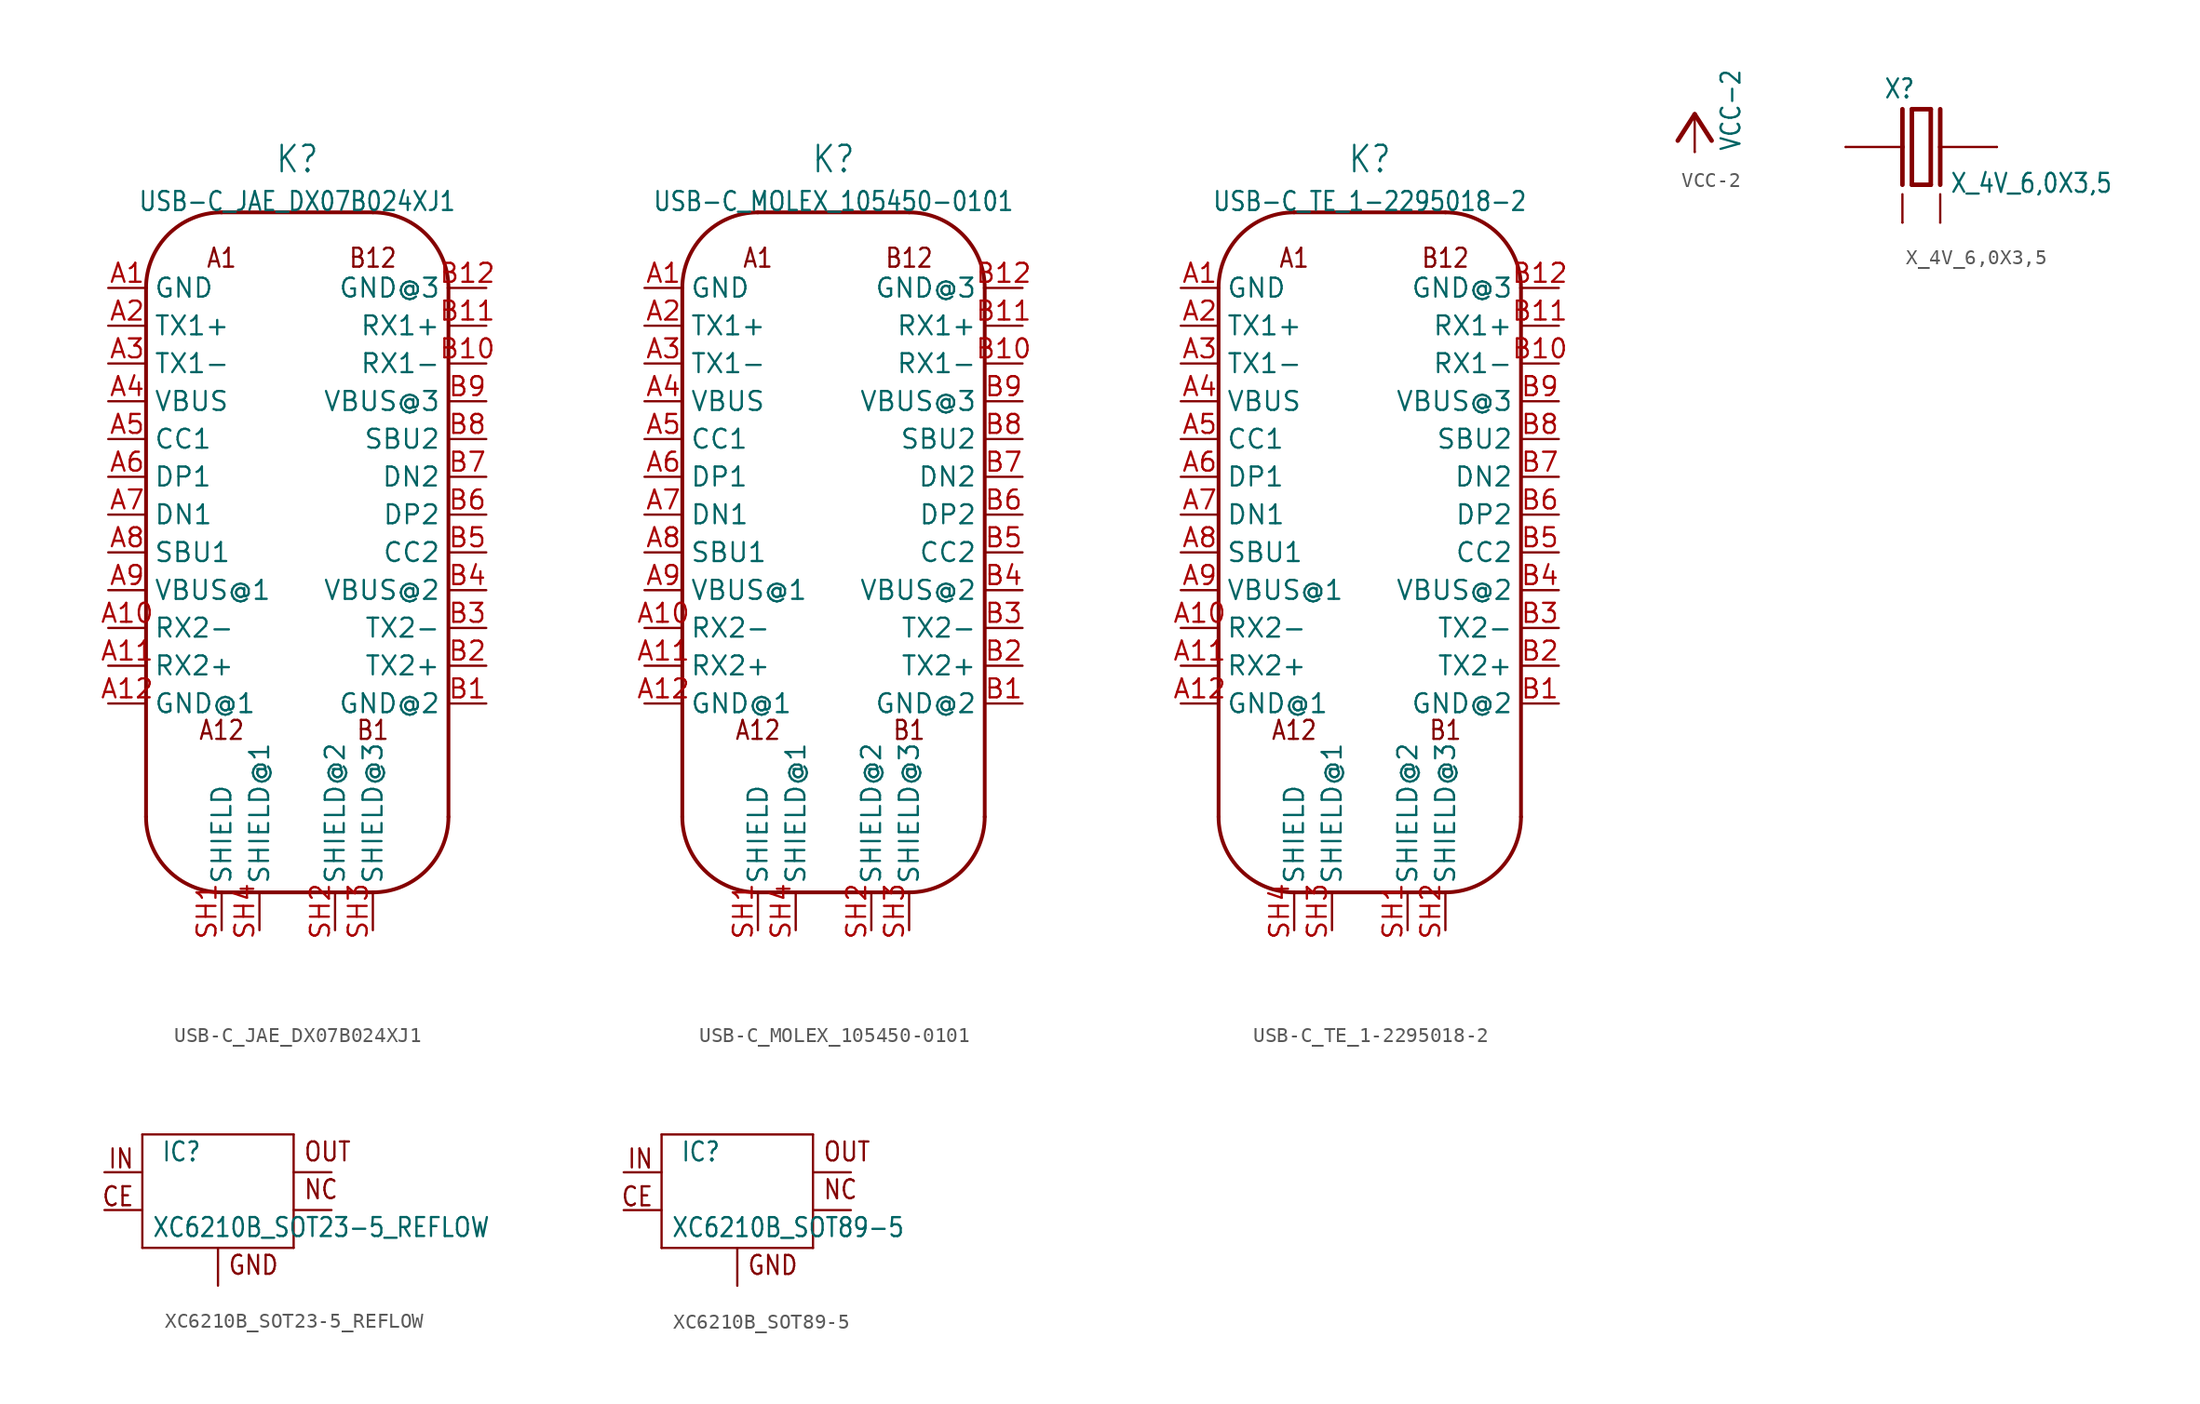
<source format=kicad_sym>
(kicad_symbol_lib
  (version 20201005)
  (generator kicad_symbol_editor)
  (symbol "USB-C_JAE_DX07B024XJ1"
    (property "Reference" "K"
      (at 0 20.32 0)
      (effects (font (size 1.778 1.511)) (justify bottom)))
    (property "Value" "USB-C_JAE_DX07B024XJ1"
      (at 0 17.78 0)
      (effects (font (size 1.27 1.079)) (justify bottom)))
    (property "ki_locked" ""
      (at 0 0 0)
      (effects (font (size 1.27 1.27))))
    (symbol "USB-C_JAE_DX07B024XJ1_1_0"
      (arc (start -5.08 17.78) (end -10.16 12.7) (radius (at -5.08 12.7) (length 5.08) (angles 90 180)) (stroke (width 0.254)) (fill (type none)))
      (arc (start 10.16 12.7) (end 5.08 17.78) (radius (at 5.08 12.7) (length 5.08) (angles 0 90)) (stroke (width 0.254)) (fill (type none)))
      (arc (start 5.08 -27.94) (end 10.16 -22.86) (radius (at 5.08 -22.86) (length 5.08) (angles -90 0)) (stroke (width 0.254)) (fill (type none)))
      (arc (start -10.16 -22.86) (end -5.08 -27.94) (radius (at -5.08 -22.86) (length 5.08) (angles 180 -90)) (stroke (width 0.254)) (fill (type none)))
      (text "A1" (at -5.08 13.97 0) (effects (font (size 1.27 1.079)) (justify bottom)))
      (text "A12" (at -5.08 -17.78 0) (effects (font (size 1.27 1.079)) (justify bottom)))
      (text "B1" (at 5.08 -17.78 0) (effects (font (size 1.27 1.079)) (justify bottom)))
      (text "B12" (at 5.08 13.97 0) (effects (font (size 1.27 1.079)) (justify bottom)))
      (polyline (pts (xy -5.08 -27.94) (xy 5.08 -27.94)) (stroke (width 0.254)) (fill (type none)))
      (polyline (pts (xy 10.16 -22.86) (xy 10.16 12.7)) (stroke (width 0.254)) (fill (type none)))
      (polyline (pts (xy 5.08 17.78) (xy -5.08 17.78)) (stroke (width 0.254)) (fill (type none)))
      (polyline (pts (xy -10.16 12.7) (xy -10.16 -22.86)) (stroke (width 0.254)) (fill (type none)))
      (pin passive line (at -12.7 12.7 0) (length 2.54) (name "GND" (effects (font (size 1.27 1.27)))) (number "A1" (effects (font (size 1.27 1.27)))))
      (pin passive line (at -12.7 10.16 0) (length 2.54) (name "TX1+" (effects (font (size 1.27 1.27)))) (number "A2" (effects (font (size 1.27 1.27)))))
      (pin passive line (at -12.7 7.62 0) (length 2.54) (name "TX1-" (effects (font (size 1.27 1.27)))) (number "A3" (effects (font (size 1.27 1.27)))))
      (pin passive line (at -12.7 5.08 0) (length 2.54) (name "VBUS" (effects (font (size 1.27 1.27)))) (number "A4" (effects (font (size 1.27 1.27)))))
      (pin passive line (at -12.7 2.54 0) (length 2.54) (name "CC1" (effects (font (size 1.27 1.27)))) (number "A5" (effects (font (size 1.27 1.27)))))
      (pin passive line (at -12.7 0 0) (length 2.54) (name "DP1" (effects (font (size 1.27 1.27)))) (number "A6" (effects (font (size 1.27 1.27)))))
      (pin passive line (at -12.7 -2.54 0) (length 2.54) (name "DN1" (effects (font (size 1.27 1.27)))) (number "A7" (effects (font (size 1.27 1.27)))))
      (pin passive line (at -12.7 -5.08 0) (length 2.54) (name "SBU1" (effects (font (size 1.27 1.27)))) (number "A8" (effects (font (size 1.27 1.27)))))
      (pin passive line (at -12.7 -7.62 0) (length 2.54) (name "VBUS@1" (effects (font (size 1.27 1.27)))) (number "A9" (effects (font (size 1.27 1.27)))))
      (pin passive line (at -12.7 -10.16 0) (length 2.54) (name "RX2-" (effects (font (size 1.27 1.27)))) (number "A10" (effects (font (size 1.27 1.27)))))
      (pin passive line (at -12.7 -12.7 0) (length 2.54) (name "RX2+" (effects (font (size 1.27 1.27)))) (number "A11" (effects (font (size 1.27 1.27)))))
      (pin passive line (at -12.7 -15.24 0) (length 2.54) (name "GND@1" (effects (font (size 1.27 1.27)))) (number "A12" (effects (font (size 1.27 1.27)))))
      (pin passive line (at 12.7 -15.24 180) (length 2.54) (name "GND@2" (effects (font (size 1.27 1.27)))) (number "B1" (effects (font (size 1.27 1.27)))))
      (pin passive line (at 12.7 -12.7 180) (length 2.54) (name "TX2+" (effects (font (size 1.27 1.27)))) (number "B2" (effects (font (size 1.27 1.27)))))
      (pin passive line (at 12.7 -10.16 180) (length 2.54) (name "TX2-" (effects (font (size 1.27 1.27)))) (number "B3" (effects (font (size 1.27 1.27)))))
      (pin passive line (at 12.7 -7.62 180) (length 2.54) (name "VBUS@2" (effects (font (size 1.27 1.27)))) (number "B4" (effects (font (size 1.27 1.27)))))
      (pin passive line (at 12.7 -5.08 180) (length 2.54) (name "CC2" (effects (font (size 1.27 1.27)))) (number "B5" (effects (font (size 1.27 1.27)))))
      (pin passive line (at 12.7 -2.54 180) (length 2.54) (name "DP2" (effects (font (size 1.27 1.27)))) (number "B6" (effects (font (size 1.27 1.27)))))
      (pin passive line (at 12.7 0 180) (length 2.54) (name "DN2" (effects (font (size 1.27 1.27)))) (number "B7" (effects (font (size 1.27 1.27)))))
      (pin passive line (at 12.7 2.54 180) (length 2.54) (name "SBU2" (effects (font (size 1.27 1.27)))) (number "B8" (effects (font (size 1.27 1.27)))))
      (pin passive line (at 12.7 5.08 180) (length 2.54) (name "VBUS@3" (effects (font (size 1.27 1.27)))) (number "B9" (effects (font (size 1.27 1.27)))))
      (pin passive line (at 12.7 7.62 180) (length 2.54) (name "RX1-" (effects (font (size 1.27 1.27)))) (number "B10" (effects (font (size 1.27 1.27)))))
      (pin passive line (at 12.7 10.16 180) (length 2.54) (name "RX1+" (effects (font (size 1.27 1.27)))) (number "B11" (effects (font (size 1.27 1.27)))))
      (pin passive line (at 12.7 12.7 180) (length 2.54) (name "GND@3" (effects (font (size 1.27 1.27)))) (number "B12" (effects (font (size 1.27 1.27)))))
      (pin passive line (at -2.54 -30.48 90) (length 2.54) (name "SHIELD@1" (effects (font (size 1.27 1.27)))) (number "SH4" (effects (font (size 1.27 1.27)))))
      (pin passive line (at -5.08 -30.48 90) (length 2.54) (name "SHIELD" (effects (font (size 1.27 1.27)))) (number "SH1" (effects (font (size 1.27 1.27)))))
      (pin passive line (at 2.54 -30.48 90) (length 2.54) (name "SHIELD@2" (effects (font (size 1.27 1.27)))) (number "SH2" (effects (font (size 1.27 1.27)))))
      (pin passive line (at 5.08 -30.48 90) (length 2.54) (name "SHIELD@3" (effects (font (size 1.27 1.27)))) (number "SH3" (effects (font (size 1.27 1.27)))))))
  (symbol "USB-C_MOLEX_105450-0101"
    (property "Reference" "K"
      (at 0 20.32 0)
      (effects (font (size 1.778 1.511)) (justify bottom)))
    (property "Value" "USB-C_MOLEX_105450-0101"
      (at 0 17.78 0)
      (effects (font (size 1.27 1.079)) (justify bottom)))
    (property "ki_locked" ""
      (at 0 0 0)
      (effects (font (size 1.27 1.27))))
    (symbol "USB-C_MOLEX_105450-0101_1_0"
      (arc (start -5.08 17.78) (end -10.16 12.7) (radius (at -5.08 12.7) (length 5.08) (angles 90 180)) (stroke (width 0.254)) (fill (type none)))
      (arc (start 10.16 12.7) (end 5.08 17.78) (radius (at 5.08 12.7) (length 5.08) (angles 0 90)) (stroke (width 0.254)) (fill (type none)))
      (arc (start 5.08 -27.94) (end 10.16 -22.86) (radius (at 5.08 -22.86) (length 5.08) (angles -90 0)) (stroke (width 0.254)) (fill (type none)))
      (arc (start -10.16 -22.86) (end -5.08 -27.94) (radius (at -5.08 -22.86) (length 5.08) (angles 180 -90)) (stroke (width 0.254)) (fill (type none)))
      (text "A1" (at -5.08 13.97 0) (effects (font (size 1.27 1.079)) (justify bottom)))
      (text "A12" (at -5.08 -17.78 0) (effects (font (size 1.27 1.079)) (justify bottom)))
      (text "B1" (at 5.08 -17.78 0) (effects (font (size 1.27 1.079)) (justify bottom)))
      (text "B12" (at 5.08 13.97 0) (effects (font (size 1.27 1.079)) (justify bottom)))
      (polyline (pts (xy -5.08 -27.94) (xy 5.08 -27.94)) (stroke (width 0.254)) (fill (type none)))
      (polyline (pts (xy 10.16 -22.86) (xy 10.16 12.7)) (stroke (width 0.254)) (fill (type none)))
      (polyline (pts (xy 5.08 17.78) (xy -5.08 17.78)) (stroke (width 0.254)) (fill (type none)))
      (polyline (pts (xy -10.16 12.7) (xy -10.16 -22.86)) (stroke (width 0.254)) (fill (type none)))
      (pin passive line (at -12.7 12.7 0) (length 2.54) (name "GND" (effects (font (size 1.27 1.27)))) (number "A1" (effects (font (size 1.27 1.27)))))
      (pin passive line (at -12.7 10.16 0) (length 2.54) (name "TX1+" (effects (font (size 1.27 1.27)))) (number "A2" (effects (font (size 1.27 1.27)))))
      (pin passive line (at -12.7 7.62 0) (length 2.54) (name "TX1-" (effects (font (size 1.27 1.27)))) (number "A3" (effects (font (size 1.27 1.27)))))
      (pin passive line (at -12.7 5.08 0) (length 2.54) (name "VBUS" (effects (font (size 1.27 1.27)))) (number "A4" (effects (font (size 1.27 1.27)))))
      (pin passive line (at -12.7 2.54 0) (length 2.54) (name "CC1" (effects (font (size 1.27 1.27)))) (number "A5" (effects (font (size 1.27 1.27)))))
      (pin passive line (at -12.7 0 0) (length 2.54) (name "DP1" (effects (font (size 1.27 1.27)))) (number "A6" (effects (font (size 1.27 1.27)))))
      (pin passive line (at -12.7 -2.54 0) (length 2.54) (name "DN1" (effects (font (size 1.27 1.27)))) (number "A7" (effects (font (size 1.27 1.27)))))
      (pin passive line (at -12.7 -5.08 0) (length 2.54) (name "SBU1" (effects (font (size 1.27 1.27)))) (number "A8" (effects (font (size 1.27 1.27)))))
      (pin passive line (at -12.7 -7.62 0) (length 2.54) (name "VBUS@1" (effects (font (size 1.27 1.27)))) (number "A9" (effects (font (size 1.27 1.27)))))
      (pin passive line (at -12.7 -10.16 0) (length 2.54) (name "RX2-" (effects (font (size 1.27 1.27)))) (number "A10" (effects (font (size 1.27 1.27)))))
      (pin passive line (at -12.7 -12.7 0) (length 2.54) (name "RX2+" (effects (font (size 1.27 1.27)))) (number "A11" (effects (font (size 1.27 1.27)))))
      (pin passive line (at -12.7 -15.24 0) (length 2.54) (name "GND@1" (effects (font (size 1.27 1.27)))) (number "A12" (effects (font (size 1.27 1.27)))))
      (pin passive line (at 12.7 -15.24 180) (length 2.54) (name "GND@2" (effects (font (size 1.27 1.27)))) (number "B1" (effects (font (size 1.27 1.27)))))
      (pin passive line (at 12.7 -12.7 180) (length 2.54) (name "TX2+" (effects (font (size 1.27 1.27)))) (number "B2" (effects (font (size 1.27 1.27)))))
      (pin passive line (at 12.7 -10.16 180) (length 2.54) (name "TX2-" (effects (font (size 1.27 1.27)))) (number "B3" (effects (font (size 1.27 1.27)))))
      (pin passive line (at 12.7 -7.62 180) (length 2.54) (name "VBUS@2" (effects (font (size 1.27 1.27)))) (number "B4" (effects (font (size 1.27 1.27)))))
      (pin passive line (at 12.7 -5.08 180) (length 2.54) (name "CC2" (effects (font (size 1.27 1.27)))) (number "B5" (effects (font (size 1.27 1.27)))))
      (pin passive line (at 12.7 -2.54 180) (length 2.54) (name "DP2" (effects (font (size 1.27 1.27)))) (number "B6" (effects (font (size 1.27 1.27)))))
      (pin passive line (at 12.7 0 180) (length 2.54) (name "DN2" (effects (font (size 1.27 1.27)))) (number "B7" (effects (font (size 1.27 1.27)))))
      (pin passive line (at 12.7 2.54 180) (length 2.54) (name "SBU2" (effects (font (size 1.27 1.27)))) (number "B8" (effects (font (size 1.27 1.27)))))
      (pin passive line (at 12.7 5.08 180) (length 2.54) (name "VBUS@3" (effects (font (size 1.27 1.27)))) (number "B9" (effects (font (size 1.27 1.27)))))
      (pin passive line (at 12.7 7.62 180) (length 2.54) (name "RX1-" (effects (font (size 1.27 1.27)))) (number "B10" (effects (font (size 1.27 1.27)))))
      (pin passive line (at 12.7 10.16 180) (length 2.54) (name "RX1+" (effects (font (size 1.27 1.27)))) (number "B11" (effects (font (size 1.27 1.27)))))
      (pin passive line (at 12.7 12.7 180) (length 2.54) (name "GND@3" (effects (font (size 1.27 1.27)))) (number "B12" (effects (font (size 1.27 1.27)))))
      (pin passive line (at -2.54 -30.48 90) (length 2.54) (name "SHIELD@1" (effects (font (size 1.27 1.27)))) (number "SH4" (effects (font (size 1.27 1.27)))))
      (pin passive line (at -5.08 -30.48 90) (length 2.54) (name "SHIELD" (effects (font (size 1.27 1.27)))) (number "SH1" (effects (font (size 1.27 1.27)))))
      (pin passive line (at 2.54 -30.48 90) (length 2.54) (name "SHIELD@2" (effects (font (size 1.27 1.27)))) (number "SH2" (effects (font (size 1.27 1.27)))))
      (pin passive line (at 5.08 -30.48 90) (length 2.54) (name "SHIELD@3" (effects (font (size 1.27 1.27)))) (number "SH3" (effects (font (size 1.27 1.27)))))))
  (symbol "USB-C_TE_1-2295018-2"
    (property "Reference" "K"
      (at 0 20.32 0)
      (effects (font (size 1.778 1.511)) (justify bottom)))
    (property "Value" "USB-C_TE_1-2295018-2"
      (at 0 17.78 0)
      (effects (font (size 1.27 1.079)) (justify bottom)))
    (property "ki_locked" ""
      (at 0 0 0)
      (effects (font (size 1.27 1.27))))
    (symbol "USB-C_TE_1-2295018-2_1_0"
      (arc (start -5.08 17.78) (end -10.16 12.7) (radius (at -5.08 12.7) (length 5.08) (angles 90 180)) (stroke (width 0.254)) (fill (type none)))
      (arc (start 10.16 12.7) (end 5.08 17.78) (radius (at 5.08 12.7) (length 5.08) (angles 0 90)) (stroke (width 0.254)) (fill (type none)))
      (arc (start 5.08 -27.94) (end 10.16 -22.86) (radius (at 5.08 -22.86) (length 5.08) (angles -90 0)) (stroke (width 0.254)) (fill (type none)))
      (arc (start -10.16 -22.86) (end -5.08 -27.94) (radius (at -5.08 -22.86) (length 5.08) (angles 180 -90)) (stroke (width 0.254)) (fill (type none)))
      (text "A1" (at -5.08 13.97 0) (effects (font (size 1.27 1.079)) (justify bottom)))
      (text "A12" (at -5.08 -17.78 0) (effects (font (size 1.27 1.079)) (justify bottom)))
      (text "B1" (at 5.08 -17.78 0) (effects (font (size 1.27 1.079)) (justify bottom)))
      (text "B12" (at 5.08 13.97 0) (effects (font (size 1.27 1.079)) (justify bottom)))
      (polyline (pts (xy -5.08 -27.94) (xy 5.08 -27.94)) (stroke (width 0.254)) (fill (type none)))
      (polyline (pts (xy 10.16 -22.86) (xy 10.16 12.7)) (stroke (width 0.254)) (fill (type none)))
      (polyline (pts (xy 5.08 17.78) (xy -5.08 17.78)) (stroke (width 0.254)) (fill (type none)))
      (polyline (pts (xy -10.16 12.7) (xy -10.16 -22.86)) (stroke (width 0.254)) (fill (type none)))
      (pin passive line (at -12.7 12.7 0) (length 2.54) (name "GND" (effects (font (size 1.27 1.27)))) (number "A1" (effects (font (size 1.27 1.27)))))
      (pin passive line (at -12.7 10.16 0) (length 2.54) (name "TX1+" (effects (font (size 1.27 1.27)))) (number "A2" (effects (font (size 1.27 1.27)))))
      (pin passive line (at -12.7 7.62 0) (length 2.54) (name "TX1-" (effects (font (size 1.27 1.27)))) (number "A3" (effects (font (size 1.27 1.27)))))
      (pin passive line (at -12.7 5.08 0) (length 2.54) (name "VBUS" (effects (font (size 1.27 1.27)))) (number "A4" (effects (font (size 1.27 1.27)))))
      (pin passive line (at -12.7 2.54 0) (length 2.54) (name "CC1" (effects (font (size 1.27 1.27)))) (number "A5" (effects (font (size 1.27 1.27)))))
      (pin passive line (at -12.7 0 0) (length 2.54) (name "DP1" (effects (font (size 1.27 1.27)))) (number "A6" (effects (font (size 1.27 1.27)))))
      (pin passive line (at -12.7 -2.54 0) (length 2.54) (name "DN1" (effects (font (size 1.27 1.27)))) (number "A7" (effects (font (size 1.27 1.27)))))
      (pin passive line (at -12.7 -5.08 0) (length 2.54) (name "SBU1" (effects (font (size 1.27 1.27)))) (number "A8" (effects (font (size 1.27 1.27)))))
      (pin passive line (at -12.7 -7.62 0) (length 2.54) (name "VBUS@1" (effects (font (size 1.27 1.27)))) (number "A9" (effects (font (size 1.27 1.27)))))
      (pin passive line (at -12.7 -10.16 0) (length 2.54) (name "RX2-" (effects (font (size 1.27 1.27)))) (number "A10" (effects (font (size 1.27 1.27)))))
      (pin passive line (at -12.7 -12.7 0) (length 2.54) (name "RX2+" (effects (font (size 1.27 1.27)))) (number "A11" (effects (font (size 1.27 1.27)))))
      (pin passive line (at -12.7 -15.24 0) (length 2.54) (name "GND@1" (effects (font (size 1.27 1.27)))) (number "A12" (effects (font (size 1.27 1.27)))))
      (pin passive line (at 12.7 -15.24 180) (length 2.54) (name "GND@2" (effects (font (size 1.27 1.27)))) (number "B1" (effects (font (size 1.27 1.27)))))
      (pin passive line (at 12.7 -12.7 180) (length 2.54) (name "TX2+" (effects (font (size 1.27 1.27)))) (number "B2" (effects (font (size 1.27 1.27)))))
      (pin passive line (at 12.7 -10.16 180) (length 2.54) (name "TX2-" (effects (font (size 1.27 1.27)))) (number "B3" (effects (font (size 1.27 1.27)))))
      (pin passive line (at 12.7 -7.62 180) (length 2.54) (name "VBUS@2" (effects (font (size 1.27 1.27)))) (number "B4" (effects (font (size 1.27 1.27)))))
      (pin passive line (at 12.7 -5.08 180) (length 2.54) (name "CC2" (effects (font (size 1.27 1.27)))) (number "B5" (effects (font (size 1.27 1.27)))))
      (pin passive line (at 12.7 -2.54 180) (length 2.54) (name "DP2" (effects (font (size 1.27 1.27)))) (number "B6" (effects (font (size 1.27 1.27)))))
      (pin passive line (at 12.7 0 180) (length 2.54) (name "DN2" (effects (font (size 1.27 1.27)))) (number "B7" (effects (font (size 1.27 1.27)))))
      (pin passive line (at 12.7 2.54 180) (length 2.54) (name "SBU2" (effects (font (size 1.27 1.27)))) (number "B8" (effects (font (size 1.27 1.27)))))
      (pin passive line (at 12.7 5.08 180) (length 2.54) (name "VBUS@3" (effects (font (size 1.27 1.27)))) (number "B9" (effects (font (size 1.27 1.27)))))
      (pin passive line (at 12.7 7.62 180) (length 2.54) (name "RX1-" (effects (font (size 1.27 1.27)))) (number "B10" (effects (font (size 1.27 1.27)))))
      (pin passive line (at 12.7 10.16 180) (length 2.54) (name "RX1+" (effects (font (size 1.27 1.27)))) (number "B11" (effects (font (size 1.27 1.27)))))
      (pin passive line (at 12.7 12.7 180) (length 2.54) (name "GND@3" (effects (font (size 1.27 1.27)))) (number "B12" (effects (font (size 1.27 1.27)))))
      (pin passive line (at -2.54 -30.48 90) (length 2.54) (name "SHIELD@1" (effects (font (size 1.27 1.27)))) (number "SH3" (effects (font (size 1.27 1.27)))))
      (pin passive line (at -5.08 -30.48 90) (length 2.54) (name "SHIELD" (effects (font (size 1.27 1.27)))) (number "SH4" (effects (font (size 1.27 1.27)))))
      (pin passive line (at 2.54 -30.48 90) (length 2.54) (name "SHIELD@2" (effects (font (size 1.27 1.27)))) (number "SH1" (effects (font (size 1.27 1.27)))))
      (pin passive line (at 5.08 -30.48 90) (length 2.54) (name "SHIELD@3" (effects (font (size 1.27 1.27)))) (number "SH2" (effects (font (size 1.27 1.27)))))))
  (symbol "VCC-2"
    (power)
    (property "Reference" ""
      (at 0 0 0)
      (effects (font (size 1.27 1.27)) hide))
    (property "Value" "VCC-2"
      (at 3.175 0 90)
      (effects (font (size 1.27 1.079)) (justify left bottom)))
    (property "ki_locked" ""
      (at 0 0 0)
      (effects (font (size 1.27 1.27))))
    (symbol "VCC-2_1_0"
      (polyline (pts (xy 0 0) (xy 0 2.54)) (stroke (width 0.152)) (fill (type none)))
      (polyline (pts (xy 0 2.54) (xy -1.143 0.762)) (stroke (width 0.305)) (fill (type none)))
      (polyline (pts (xy 0 2.54) (xy 1.143 0.762)) (stroke (width 0.305)) (fill (type none)))
      (pin power_in line (at 0 0 0) (length 0) (name "VCC-2" (effects (font (size 0 0)))) (number "1" (effects (font (size 0 0)))))))
  (symbol "X_4V_6,0X3,5"
    (property "Reference" "X"
      (at -2.54 3.175 0)
      (effects (font (size 1.27 1.079)) (justify left bottom)))
    (property "Value" "X_4V_6,0X3,5"
      (at 1.905 -3.175 0)
      (effects (font (size 1.27 1.079)) (justify left bottom)))
    (property "ki_locked" ""
      (at 0 0 0)
      (effects (font (size 1.27 1.27))))
    (symbol "X_4V_6,0X3,5_1_0"
      (polyline (pts (xy -1.27 2.54) (xy -1.27 0)) (stroke (width 0.305)) (fill (type none)))
      (polyline (pts (xy -0.635 2.54) (xy -0.635 -2.54)) (stroke (width 0.305)) (fill (type none)))
      (polyline (pts (xy -0.635 -2.54) (xy 0.635 -2.54)) (stroke (width 0.305)) (fill (type none)))
      (polyline (pts (xy 0.635 -2.54) (xy 0.635 2.54)) (stroke (width 0.305)) (fill (type none)))
      (polyline (pts (xy 0.635 2.54) (xy -0.635 2.54)) (stroke (width 0.305)) (fill (type none)))
      (polyline (pts (xy 1.27 2.54) (xy 1.27 0)) (stroke (width 0.305)) (fill (type none)))
      (polyline (pts (xy 5.08 0) (xy 1.27 0)) (stroke (width 0.152)) (fill (type none)))
      (polyline (pts (xy 1.27 0) (xy 1.27 -2.54)) (stroke (width 0.305)) (fill (type none)))
      (polyline (pts (xy -1.27 0) (xy -5.08 0)) (stroke (width 0.152)) (fill (type none)))
      (polyline (pts (xy -1.27 0) (xy -1.27 -2.54)) (stroke (width 0.305)) (fill (type none)))
      (polyline (pts (xy -1.27 -5.08) (xy -1.27 -3.175)) (stroke (width 0.152)) (fill (type none)))
      (polyline (pts (xy 1.27 -5.08) (xy 1.27 -3.175)) (stroke (width 0.152)) (fill (type none)))
      (pin passive line (at -5.08 0 0) (length 0) (name "1" (effects (font (size 0 0)))) (number "1" (effects (font (size 0 0)))))
      (pin passive line (at 5.08 0 180) (length 0) (name "2" (effects (font (size 0 0)))) (number "3" (effects (font (size 0 0)))))
      (pin passive line (at -1.27 -5.08 0) (length 0) (name "GND1" (effects (font (size 0 0)))) (number "2" (effects (font (size 0 0)))))
      (pin passive line (at 1.27 -5.08 0) (length 0) (name "GND2" (effects (font (size 0 0)))) (number "4" (effects (font (size 0 0)))))))
  (symbol "XC6210B_SOT23-5_REFLOW"
    (property "Reference" "IC"
      (at -3.81 0.635 0)
      (effects (font (size 1.27 1.079)) (justify left bottom)))
    (property "Value" "XC6210B_SOT23-5_REFLOW"
      (at -4.445 -4.445 0)
      (effects (font (size 1.27 1.079)) (justify left bottom)))
    (property "ki_locked" ""
      (at 0 0 0)
      (effects (font (size 1.27 1.27))))
    (symbol "XC6210B_SOT23-5_REFLOW_1_0"
      (text "IN" (at -5.588 1.651 0) (effects (font (size 1.27 1.079)) (justify right top)))
      (text "OUT" (at 5.715 0.635 0) (effects (font (size 1.27 1.079)) (justify left bottom)))
      (text "GND" (at 0.635 -6.985 0) (effects (font (size 1.27 1.079)) (justify left bottom)))
      (text "CE" (at -5.588 -0.889 0) (effects (font (size 1.27 1.079)) (justify right top)))
      (text "NC" (at 5.715 -1.905 0) (effects (font (size 1.27 1.079)) (justify left bottom)))
      (polyline (pts (xy -5.08 2.54) (xy 5.08 2.54)) (stroke (width 0.152)) (fill (type none)))
      (polyline (pts (xy 5.08 -5.08) (xy 5.08 2.54)) (stroke (width 0.152)) (fill (type none)))
      (polyline (pts (xy 5.08 -5.08) (xy -5.08 -5.08)) (stroke (width 0.152)) (fill (type none)))
      (polyline (pts (xy -5.08 2.54) (xy -5.08 -5.08)) (stroke (width 0.152)) (fill (type none)))
      (pin passive line (at -7.62 0 0) (length 2.54) (name "IN" (effects (font (size 0 0)))) (number "1" (effects (font (size 0 0)))))
      (pin passive line (at 7.62 0 180) (length 2.54) (name "OUT" (effects (font (size 0 0)))) (number "5" (effects (font (size 0 0)))))
      (pin passive line (at 0 -7.62 90) (length 2.54) (name "GND" (effects (font (size 0 0)))) (number "2" (effects (font (size 0 0)))))
      (pin passive line (at -7.62 -2.54 0) (length 2.54) (name "CE" (effects (font (size 0 0)))) (number "3" (effects (font (size 0 0)))))
      (pin passive line (at 7.62 -2.54 180) (length 2.54) (name "NC" (effects (font (size 0 0)))) (number "4" (effects (font (size 0 0)))))))
  (symbol "XC6210B_SOT89-5"
    (property "Reference" "IC"
      (at -3.81 0.635 0)
      (effects (font (size 1.27 1.079)) (justify left bottom)))
    (property "Value" "XC6210B_SOT89-5"
      (at -4.445 -4.445 0)
      (effects (font (size 1.27 1.079)) (justify left bottom)))
    (property "ki_locked" ""
      (at 0 0 0)
      (effects (font (size 1.27 1.27))))
    (symbol "XC6210B_SOT89-5_1_0"
      (text "IN" (at -5.588 1.651 0) (effects (font (size 1.27 1.079)) (justify right top)))
      (text "OUT" (at 5.715 0.635 0) (effects (font (size 1.27 1.079)) (justify left bottom)))
      (text "GND" (at 0.635 -6.985 0) (effects (font (size 1.27 1.079)) (justify left bottom)))
      (text "CE" (at -5.588 -0.889 0) (effects (font (size 1.27 1.079)) (justify right top)))
      (text "NC" (at 5.715 -1.905 0) (effects (font (size 1.27 1.079)) (justify left bottom)))
      (polyline (pts (xy -5.08 2.54) (xy 5.08 2.54)) (stroke (width 0.152)) (fill (type none)))
      (polyline (pts (xy 5.08 -5.08) (xy 5.08 2.54)) (stroke (width 0.152)) (fill (type none)))
      (polyline (pts (xy 5.08 -5.08) (xy -5.08 -5.08)) (stroke (width 0.152)) (fill (type none)))
      (polyline (pts (xy -5.08 2.54) (xy -5.08 -5.08)) (stroke (width 0.152)) (fill (type none)))
      (pin passive line (at -7.62 0 0) (length 2.54) (name "IN" (effects (font (size 0 0)))) (number "4" (effects (font (size 0 0)))))
      (pin passive line (at 7.62 0 180) (length 2.54) (name "OUT" (effects (font (size 0 0)))) (number "5" (effects (font (size 0 0)))))
      (pin passive line (at 0 -7.62 90) (length 2.54) (name "GND" (effects (font (size 0 0)))) (number "2" (effects (font (size 0 0)))))
      (pin passive line (at -7.62 -2.54 0) (length 2.54) (name "CE" (effects (font (size 0 0)))) (number "1" (effects (font (size 0 0)))))
      (pin passive line (at 7.62 -2.54 180) (length 2.54) (name "NC" (effects (font (size 0 0)))) (number "3" (effects (font (size 0 0))))))))
</source>
